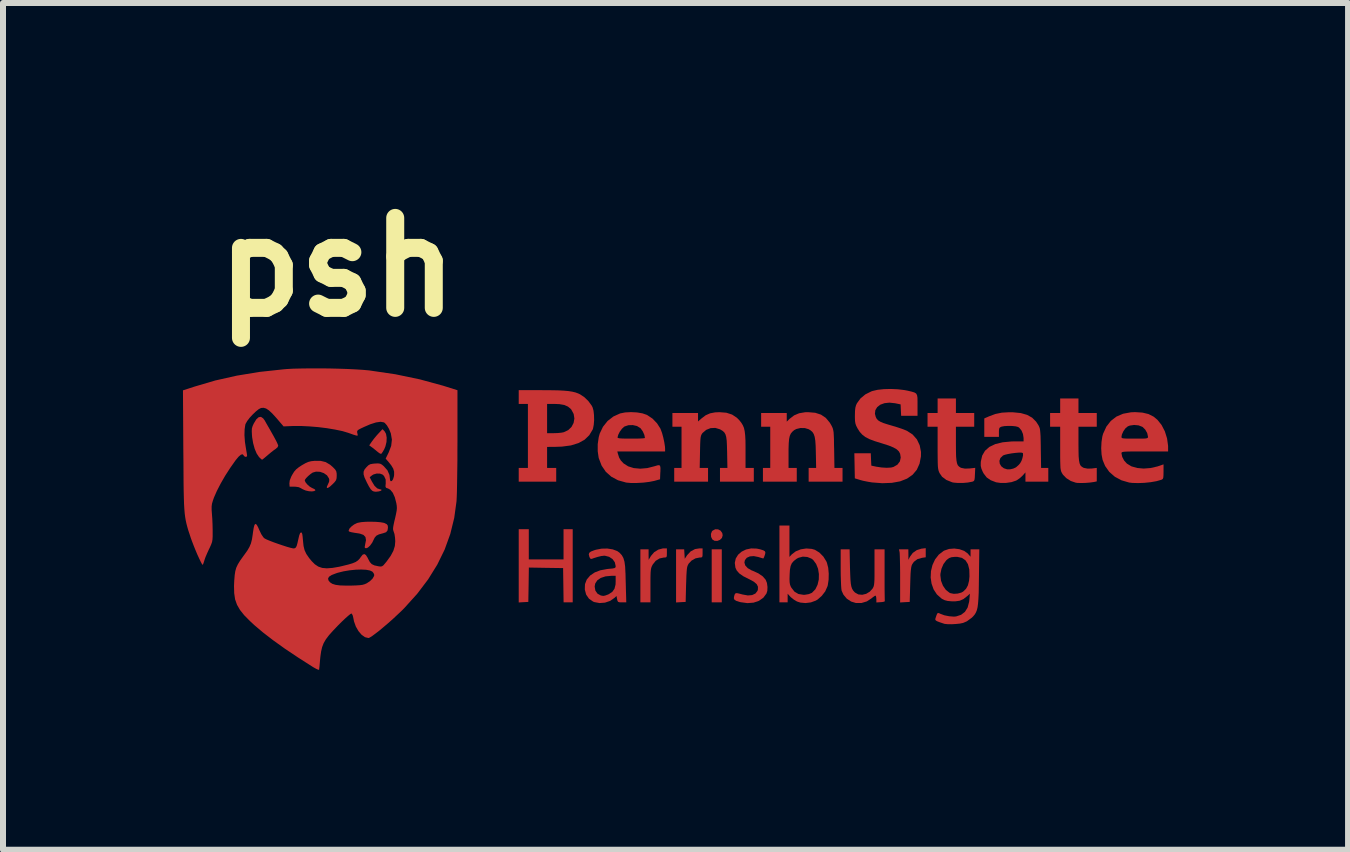
<source format=kicad_pcb>
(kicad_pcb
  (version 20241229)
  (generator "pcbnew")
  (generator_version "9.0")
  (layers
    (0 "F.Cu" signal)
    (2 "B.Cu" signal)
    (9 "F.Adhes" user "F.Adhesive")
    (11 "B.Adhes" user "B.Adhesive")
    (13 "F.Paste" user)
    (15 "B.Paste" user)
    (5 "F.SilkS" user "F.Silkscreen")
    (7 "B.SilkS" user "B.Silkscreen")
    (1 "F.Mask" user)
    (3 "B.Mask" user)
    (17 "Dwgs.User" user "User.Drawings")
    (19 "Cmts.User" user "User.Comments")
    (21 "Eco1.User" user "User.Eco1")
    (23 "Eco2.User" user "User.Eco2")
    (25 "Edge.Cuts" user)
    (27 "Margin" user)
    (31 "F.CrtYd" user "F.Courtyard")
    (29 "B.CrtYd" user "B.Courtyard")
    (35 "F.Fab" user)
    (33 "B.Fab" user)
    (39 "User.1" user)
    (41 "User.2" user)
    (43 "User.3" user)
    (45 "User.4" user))
  (footprint "psh"
    (layer "F.Cu")
    (at 8.174 5.604)
    (property "Reference" "psh" (at -5.6 -4.2 0) (layer "F.SilkS") (effects (font (size 1.5 1.5) (thickness 0.3))))
    (attr board_only exclude_from_pos_files exclude_from_bom)
    (fp_poly (pts (xy 0.808 0.945) (xy 0.808 1.387) (xy 0.724 1.387) (xy 0.64 1.387) (xy 0.64 0.945) (xy 0.64 0.503) (xy 0.724 0.503) (xy 0.808 0.503)) (stroke (width 0) (type solid)) (fill yes) (layers "F.Cu" "F.Mask"))
    (fp_poly (pts (xy 0.746 0.17) (xy 0.788 0.192) (xy 0.816 0.232) (xy 0.823 0.27) (xy 0.81 0.314) (xy 0.777 0.346) (xy 0.733 0.363) (xy 0.687 0.361) (xy 0.65 0.338) (xy 0.63 0.296) (xy 0.627 0.247) (xy 0.644 0.203) (xy 0.653 0.193) (xy 0.698 0.169)) (stroke (width 0) (type solid)) (fill yes) (layers "F.Cu" "F.Mask"))
    (fp_poly (pts (xy -4.814 -1.466) (xy -4.789 -1.422) (xy -4.778 -1.359) (xy -4.781 -1.287) (xy -4.799 -1.213) (xy -4.818 -1.167) (xy -4.842 -1.125) (xy -4.862 -1.096) (xy -4.871 -1.088) (xy -4.891 -1.094) (xy -4.922 -1.116) (xy -4.933 -1.125) (xy -4.977 -1.161) (xy -5.02 -1.195) (xy -5.025 -1.198) (xy -5.069 -1.23) (xy -5.025 -1.294) (xy -4.989 -1.342) (xy -4.944 -1.396) (xy -4.914 -1.429) (xy -4.848 -1.5)) (stroke (width 0) (type solid)) (fill yes) (layers "F.Cu" "F.Mask"))
    (fp_poly (pts (xy -2.409 0.419) (xy -2.409 0.671) (xy -2.119 0.671) (xy -1.83 0.671) (xy -1.83 0.419) (xy -1.83 0.168) (xy -1.753 0.168) (xy -1.677 0.168) (xy -1.677 0.778) (xy -1.677 1.387) (xy -1.753 1.387) (xy -1.829 1.387) (xy -1.833 1.102) (xy -1.837 0.816) (xy -2.123 0.812) (xy -2.408 0.807) (xy -2.412 1.094) (xy -2.417 1.38) (xy -2.497 1.384) (xy -2.577 1.389) (xy -2.577 0.778) (xy -2.577 0.168) (xy -2.493 0.168) (xy -2.409 0.168)) (stroke (width 0) (type solid)) (fill yes) (layers "F.Cu" "F.Mask"))
    (fp_poly (pts (xy 0.488 0.564) (xy 0.487 0.609) (xy 0.481 0.632) (xy 0.464 0.639) (xy 0.438 0.64) (xy 0.369 0.654) (xy 0.304 0.691) (xy 0.255 0.743) (xy 0.252 0.749) (xy 0.241 0.77) (xy 0.232 0.796) (xy 0.226 0.831) (xy 0.222 0.881) (xy 0.218 0.948) (xy 0.215 1.04) (xy 0.213 1.09) (xy 0.206 1.38) (xy 0.126 1.384) (xy 0.046 1.389) (xy 0.046 0.946) (xy 0.046 0.503) (xy 0.114 0.503) (xy 0.181 0.503) (xy 0.186 0.582) (xy 0.191 0.661) (xy 0.231 0.6) (xy 0.289 0.538) (xy 0.362 0.499) (xy 0.433 0.488) (xy 0.488 0.488)) (stroke (width 0) (type solid)) (fill yes) (layers "F.Cu" "F.Mask"))
    (fp_poly (pts (xy -0.107 0.564) (xy -0.108 0.609) (xy -0.114 0.632) (xy -0.13 0.639) (xy -0.157 0.64) (xy -0.229 0.655) (xy -0.294 0.695) (xy -0.343 0.757) (xy -0.346 0.762) (xy -0.359 0.788) (xy -0.368 0.813) (xy -0.374 0.844) (xy -0.378 0.885) (xy -0.38 0.942) (xy -0.381 1.02) (xy -0.381 1.108) (xy -0.381 1.387) (xy -0.465 1.387) (xy -0.549 1.387) (xy -0.549 0.945) (xy -0.549 0.503) (xy -0.48 0.503) (xy -0.412 0.503) (xy -0.412 0.591) (xy -0.411 0.678) (xy -0.372 0.613) (xy -0.319 0.551) (xy -0.25 0.508) (xy -0.174 0.488) (xy -0.161 0.488) (xy -0.107 0.488)) (stroke (width 0) (type solid)) (fill yes) (layers "F.Cu" "F.Mask"))
    (fp_poly (pts (xy 4.208 0.56) (xy 4.208 0.636) (xy 4.146 0.645) (xy 4.069 0.667) (xy 4.011 0.711) (xy 3.983 0.751) (xy 3.973 0.774) (xy 3.966 0.805) (xy 3.96 0.848) (xy 3.955 0.909) (xy 3.952 0.991) (xy 3.949 1.09) (xy 3.941 1.38) (xy 3.861 1.384) (xy 3.781 1.389) (xy 3.781 0.994) (xy 3.781 0.884) (xy 3.78 0.783) (xy 3.778 0.694) (xy 3.776 0.622) (xy 3.774 0.572) (xy 3.772 0.551) (xy 3.762 0.503) (xy 3.84 0.503) (xy 3.918 0.503) (xy 3.919 0.591) (xy 3.919 0.678) (xy 3.944 0.628) (xy 3.992 0.563) (xy 4.059 0.516) (xy 4.137 0.492) (xy 4.139 0.492) (xy 4.208 0.484)) (stroke (width 0) (type solid)) (fill yes) (layers "F.Cu" "F.Mask"))
    (fp_poly (pts (xy -6.837 -1.68) (xy -6.81 -1.643) (xy -6.788 -1.603) (xy -6.755 -1.546) (xy -6.716 -1.478) (xy -6.68 -1.414) (xy -6.644 -1.349) (xy -6.614 -1.292) (xy -6.594 -1.248) (xy -6.586 -1.224) (xy -6.586 -1.223) (xy -6.598 -1.197) (xy -6.628 -1.171) (xy -6.628 -1.171) (xy -6.66 -1.149) (xy -6.706 -1.113) (xy -6.755 -1.072) (xy -6.759 -1.069) (xy -6.802 -1.032) (xy -6.836 -1.004) (xy -6.854 -0.991) (xy -6.856 -0.991) (xy -6.87 -1.001) (xy -6.897 -1.026) (xy -6.908 -1.038) (xy -6.945 -1.093) (xy -6.978 -1.171) (xy -7.004 -1.265) (xy -7.021 -1.366) (xy -7.024 -1.403) (xy -7.027 -1.466) (xy -7.025 -1.511) (xy -7.014 -1.549) (xy -6.994 -1.594) (xy -6.992 -1.597) (xy -6.952 -1.663) (xy -6.912 -1.699) (xy -6.874 -1.705)) (stroke (width 0) (type solid)) (fill yes) (layers "F.Cu" "F.Mask"))
    (fp_poly (pts (xy -4.959 0.045) (xy -4.886 0.051) (xy -4.829 0.061) (xy -4.813 0.066) (xy -4.776 0.085) (xy -4.76 0.108) (xy -4.757 0.142) (xy -4.764 0.189) (xy -4.788 0.218) (xy -4.837 0.235) (xy -4.841 0.236) (xy -4.907 0.254) (xy -4.95 0.276) (xy -4.977 0.307) (xy -4.991 0.334) (xy -5.02 0.393) (xy -5.055 0.441) (xy -5.091 0.474) (xy -5.122 0.486) (xy -5.142 0.479) (xy -5.144 0.46) (xy -5.137 0.425) (xy -5.137 0.422) (xy -5.123 0.35) (xy -5.132 0.298) (xy -5.165 0.263) (xy -5.223 0.242) (xy -5.245 0.238) (xy -5.318 0.227) (xy -5.366 0.218) (xy -5.395 0.21) (xy -5.408 0.203) (xy -5.412 0.193) (xy -5.412 0.191) (xy -5.4 0.159) (xy -5.366 0.123) (xy -5.321 0.089) (xy -5.272 0.065) (xy -5.259 0.061) (xy -5.201 0.05) (xy -5.126 0.044) (xy -5.043 0.043)) (stroke (width 0) (type solid)) (fill yes) (layers "F.Cu" "F.Mask"))
    (fp_poly (pts (xy 6.754 -1.891) (xy 6.754 -1.769) (xy 6.906 -1.769) (xy 7.059 -1.769) (xy 7.059 -1.654) (xy 7.059 -1.54) (xy 6.906 -1.54) (xy 6.754 -1.54) (xy 6.754 -1.249) (xy 6.755 -1.134) (xy 6.757 -1.046) (xy 6.763 -0.98) (xy 6.772 -0.932) (xy 6.785 -0.899) (xy 6.805 -0.877) (xy 6.831 -0.86) (xy 6.845 -0.854) (xy 6.906 -0.842) (xy 6.976 -0.844) (xy 7.059 -0.854) (xy 7.059 -0.741) (xy 7.059 -0.629) (xy 7.011 -0.619) (xy 6.946 -0.61) (xy 6.871 -0.604) (xy 6.797 -0.602) (xy 6.735 -0.604) (xy 6.708 -0.608) (xy 6.626 -0.636) (xy 6.552 -0.683) (xy 6.496 -0.74) (xy 6.486 -0.756) (xy 6.474 -0.777) (xy 6.465 -0.797) (xy 6.459 -0.821) (xy 6.454 -0.853) (xy 6.452 -0.898) (xy 6.45 -0.96) (xy 6.449 -1.042) (xy 6.449 -1.15) (xy 6.449 -1.179) (xy 6.449 -1.54) (xy 6.365 -1.54) (xy 6.281 -1.54) (xy 6.281 -1.654) (xy 6.281 -1.769) (xy 6.365 -1.769) (xy 6.449 -1.769) (xy 6.449 -1.891) (xy 6.449 -2.012) (xy 6.602 -2.012) (xy 6.754 -2.012)) (stroke (width 0) (type solid)) (fill yes) (layers "F.Cu" "F.Mask"))
    (fp_poly (pts (xy 4.711 -1.891) (xy 4.711 -1.769) (xy 4.864 -1.769) (xy 5.016 -1.769) (xy 5.016 -1.654) (xy 5.016 -1.54) (xy 4.864 -1.54) (xy 4.711 -1.54) (xy 4.711 -1.249) (xy 4.712 -1.134) (xy 4.714 -1.046) (xy 4.72 -0.98) (xy 4.729 -0.932) (xy 4.742 -0.899) (xy 4.762 -0.877) (xy 4.787 -0.86) (xy 4.802 -0.854) (xy 4.863 -0.842) (xy 4.941 -0.845) (xy 5.033 -0.855) (xy 5.028 -0.745) (xy 5.025 -0.688) (xy 5.02 -0.654) (xy 5.01 -0.636) (xy 4.993 -0.627) (xy 4.978 -0.623) (xy 4.908 -0.61) (xy 4.826 -0.603) (xy 4.744 -0.603) (xy 4.674 -0.609) (xy 4.649 -0.614) (xy 4.552 -0.653) (xy 4.48 -0.707) (xy 4.438 -0.768) (xy 4.428 -0.791) (xy 4.42 -0.815) (xy 4.414 -0.846) (xy 4.41 -0.886) (xy 4.408 -0.941) (xy 4.407 -1.016) (xy 4.406 -1.114) (xy 4.406 -1.186) (xy 4.406 -1.54) (xy 4.322 -1.54) (xy 4.238 -1.54) (xy 4.238 -1.654) (xy 4.238 -1.769) (xy 4.322 -1.769) (xy 4.406 -1.769) (xy 4.406 -1.891) (xy 4.406 -2.012) (xy 4.559 -2.012) (xy 4.711 -2.012)) (stroke (width 0) (type solid)) (fill yes) (layers "F.Cu" "F.Mask"))
    (fp_poly (pts (xy 2.945 0.804) (xy 2.949 0.919) (xy 2.953 1.007) (xy 2.959 1.074) (xy 2.968 1.124) (xy 2.981 1.161) (xy 2.998 1.19) (xy 3.021 1.216) (xy 3.031 1.225) (xy 3.085 1.255) (xy 3.149 1.261) (xy 3.215 1.245) (xy 3.275 1.209) (xy 3.32 1.16) (xy 3.331 1.141) (xy 3.34 1.121) (xy 3.346 1.095) (xy 3.35 1.06) (xy 3.353 1.009) (xy 3.354 0.939) (xy 3.354 0.844) (xy 3.354 0.806) (xy 3.354 0.503) (xy 3.438 0.503) (xy 3.522 0.503) (xy 3.522 0.93) (xy 3.522 1.041) (xy 3.522 1.143) (xy 3.523 1.23) (xy 3.524 1.299) (xy 3.525 1.346) (xy 3.526 1.368) (xy 3.526 1.368) (xy 3.514 1.376) (xy 3.481 1.382) (xy 3.457 1.384) (xy 3.385 1.389) (xy 3.385 1.337) (xy 3.382 1.3) (xy 3.375 1.277) (xy 3.375 1.276) (xy 3.359 1.279) (xy 3.329 1.3) (xy 3.307 1.318) (xy 3.227 1.371) (xy 3.137 1.398) (xy 3.044 1.398) (xy 2.965 1.374) (xy 2.892 1.326) (xy 2.836 1.259) (xy 2.806 1.193) (xy 2.801 1.16) (xy 2.797 1.103) (xy 2.794 1.026) (xy 2.791 0.936) (xy 2.79 0.838) (xy 2.79 0.819) (xy 2.79 0.503) (xy 2.864 0.503) (xy 2.939 0.503)) (stroke (width 0) (type solid)) (fill yes) (layers "F.Cu" "F.Mask"))
    (fp_poly (pts (xy -5.877 -0.971) (xy -5.795 -0.951) (xy -5.721 -0.907) (xy -5.675 -0.867) (xy -5.638 -0.829) (xy -5.619 -0.798) (xy -5.612 -0.763) (xy -5.611 -0.728) (xy -5.613 -0.683) (xy -5.622 -0.65) (xy -5.645 -0.618) (xy -5.677 -0.585) (xy -5.724 -0.542) (xy -5.758 -0.52) (xy -5.775 -0.52) (xy -5.775 -0.54) (xy -5.758 -0.578) (xy -5.738 -0.623) (xy -5.735 -0.657) (xy -5.741 -0.68) (xy -5.773 -0.73) (xy -5.826 -0.767) (xy -5.889 -0.789) (xy -5.956 -0.792) (xy -6.012 -0.776) (xy -6.047 -0.752) (xy -6.086 -0.719) (xy -6.12 -0.685) (xy -6.141 -0.656) (xy -6.144 -0.646) (xy -6.132 -0.616) (xy -6.102 -0.579) (xy -6.062 -0.543) (xy -6.02 -0.518) (xy -6.014 -0.516) (xy -5.981 -0.5) (xy -5.966 -0.484) (xy -5.966 -0.481) (xy -5.985 -0.468) (xy -6.024 -0.462) (xy -6.073 -0.465) (xy -6.123 -0.476) (xy -6.133 -0.479) (xy -6.177 -0.498) (xy -6.211 -0.517) (xy -6.216 -0.52) (xy -6.245 -0.533) (xy -6.292 -0.54) (xy -6.318 -0.541) (xy -6.396 -0.541) (xy -6.4 -0.595) (xy -6.394 -0.645) (xy -6.37 -0.707) (xy -6.353 -0.739) (xy -6.321 -0.791) (xy -6.287 -0.83) (xy -6.242 -0.866) (xy -6.193 -0.898) (xy -6.132 -0.933) (xy -6.084 -0.954) (xy -6.036 -0.966) (xy -5.977 -0.972)) (stroke (width 0) (type solid)) (fill yes) (layers "F.Cu" "F.Mask"))
    (fp_poly (pts (xy -2.044 -2.149) (xy -1.924 -2.147) (xy -1.827 -2.142) (xy -1.749 -2.135) (xy -1.685 -2.125) (xy -1.631 -2.112) (xy -1.585 -2.095) (xy -1.555 -2.081) (xy -1.483 -2.033) (xy -1.416 -1.968) (xy -1.362 -1.895) (xy -1.345 -1.862) (xy -1.33 -1.807) (xy -1.322 -1.734) (xy -1.32 -1.652) (xy -1.326 -1.574) (xy -1.338 -1.511) (xy -1.345 -1.492) (xy -1.401 -1.399) (xy -1.479 -1.324) (xy -1.581 -1.268) (xy -1.706 -1.229) (xy -1.856 -1.209) (xy -1.971 -1.205) (xy -2.104 -1.204) (xy -2.104 -1.029) (xy -2.104 -0.854) (xy -2.028 -0.854) (xy -1.952 -0.854) (xy -1.952 -0.739) (xy -1.952 -0.625) (xy -2.264 -0.625) (xy -2.577 -0.625) (xy -2.577 -0.739) (xy -2.577 -0.854) (xy -2.5 -0.854) (xy -2.424 -0.854) (xy -2.424 -1.387) (xy -2.424 -1.677) (xy -2.104 -1.677) (xy -2.104 -1.433) (xy -1.993 -1.433) (xy -1.929 -1.435) (xy -1.868 -1.441) (xy -1.826 -1.449) (xy -1.752 -1.484) (xy -1.697 -1.537) (xy -1.662 -1.604) (xy -1.649 -1.678) (xy -1.661 -1.753) (xy -1.699 -1.824) (xy -1.708 -1.836) (xy -1.756 -1.876) (xy -1.817 -1.903) (xy -1.898 -1.917) (xy -1.988 -1.921) (xy -2.104 -1.921) (xy -2.104 -1.677) (xy -2.424 -1.677) (xy -2.424 -1.921) (xy -2.5 -1.921) (xy -2.577 -1.921) (xy -2.577 -2.035) (xy -2.577 -2.15) (xy -2.191 -2.15)) (stroke (width 0) (type solid)) (fill yes) (layers "F.Cu" "F.Mask"))
    (fp_poly (pts (xy 1.391 0.491) (xy 1.448 0.503) (xy 1.501 0.52) (xy 1.528 0.537) (xy 1.535 0.56) (xy 1.527 0.596) (xy 1.525 0.6) (xy 1.512 0.636) (xy 1.501 0.655) (xy 1.5 0.656) (xy 1.482 0.651) (xy 1.445 0.64) (xy 1.417 0.631) (xy 1.341 0.616) (xy 1.276 0.621) (xy 1.225 0.644) (xy 1.194 0.683) (xy 1.185 0.724) (xy 1.2 0.773) (xy 1.242 0.818) (xy 1.307 0.855) (xy 1.324 0.861) (xy 1.418 0.904) (xy 1.492 0.955) (xy 1.54 1.011) (xy 1.561 1.064) (xy 1.57 1.131) (xy 1.567 1.196) (xy 1.553 1.24) (xy 1.501 1.31) (xy 1.427 1.362) (xy 1.338 1.392) (xy 1.236 1.4) (xy 1.125 1.385) (xy 1.108 1.381) (xy 1.051 1.363) (xy 1.02 1.344) (xy 1.009 1.318) (xy 1.015 1.281) (xy 1.016 1.278) (xy 1.025 1.251) (xy 1.037 1.237) (xy 1.059 1.233) (xy 1.097 1.241) (xy 1.157 1.257) (xy 1.159 1.257) (xy 1.243 1.272) (xy 1.314 1.266) (xy 1.369 1.24) (xy 1.403 1.196) (xy 1.41 1.174) (xy 1.411 1.126) (xy 1.39 1.084) (xy 1.344 1.044) (xy 1.271 1.004) (xy 1.26 0.999) (xy 1.167 0.952) (xy 1.1 0.905) (xy 1.057 0.856) (xy 1.035 0.808) (xy 1.025 0.729) (xy 1.041 0.656) (xy 1.08 0.593) (xy 1.139 0.542) (xy 1.212 0.506) (xy 1.298 0.488)) (stroke (width 0) (type solid)) (fill yes) (layers "F.Cu" "F.Mask"))
    (fp_poly (pts (xy 2.366 -1.773) (xy 2.462 -1.742) (xy 2.542 -1.688) (xy 2.608 -1.609) (xy 2.635 -1.563) (xy 2.649 -1.536) (xy 2.659 -1.511) (xy 2.666 -1.483) (xy 2.672 -1.448) (xy 2.675 -1.399) (xy 2.678 -1.333) (xy 2.679 -1.244) (xy 2.681 -1.17) (xy 2.686 -0.854) (xy 2.753 -0.854) (xy 2.821 -0.854) (xy 2.821 -0.739) (xy 2.821 -0.625) (xy 2.538 -0.625) (xy 2.256 -0.625) (xy 2.256 -0.739) (xy 2.256 -0.854) (xy 2.319 -0.854) (xy 2.381 -0.854) (xy 2.376 -1.109) (xy 2.373 -1.221) (xy 2.367 -1.307) (xy 2.357 -1.371) (xy 2.341 -1.418) (xy 2.319 -1.453) (xy 2.289 -1.479) (xy 2.256 -1.499) (xy 2.193 -1.518) (xy 2.12 -1.519) (xy 2.052 -1.503) (xy 2.015 -1.484) (xy 1.983 -1.456) (xy 1.958 -1.425) (xy 1.941 -1.386) (xy 1.93 -1.334) (xy 1.924 -1.263) (xy 1.921 -1.17) (xy 1.921 -1.102) (xy 1.921 -0.854) (xy 1.99 -0.854) (xy 2.058 -0.854) (xy 2.058 -0.739) (xy 2.058 -0.625) (xy 1.776 -0.625) (xy 1.494 -0.625) (xy 1.494 -0.739) (xy 1.494 -0.854) (xy 1.555 -0.854) (xy 1.616 -0.854) (xy 1.616 -1.197) (xy 1.616 -1.54) (xy 1.54 -1.54) (xy 1.464 -1.54) (xy 1.464 -1.654) (xy 1.464 -1.769) (xy 1.677 -1.769) (xy 1.891 -1.769) (xy 1.891 -1.697) (xy 1.891 -1.625) (xy 1.94 -1.673) (xy 2.014 -1.73) (xy 2.097 -1.765) (xy 2.198 -1.782) (xy 2.249 -1.783)) (stroke (width 0) (type solid)) (fill yes) (layers "F.Cu" "F.Mask"))
    (fp_poly (pts (xy 0.884 -1.774) (xy 0.98 -1.743) (xy 1.06 -1.69) (xy 1.102 -1.647) (xy 1.134 -1.606) (xy 1.159 -1.565) (xy 1.178 -1.52) (xy 1.19 -1.465) (xy 1.198 -1.397) (xy 1.203 -1.31) (xy 1.204 -1.199) (xy 1.204 -1.148) (xy 1.204 -0.854) (xy 1.273 -0.854) (xy 1.342 -0.854) (xy 1.342 -0.739) (xy 1.342 -0.625) (xy 1.06 -0.625) (xy 0.778 -0.625) (xy 0.778 -0.739) (xy 0.778 -0.854) (xy 0.84 -0.854) (xy 0.902 -0.854) (xy 0.897 -1.12) (xy 0.894 -1.227) (xy 0.89 -1.309) (xy 0.882 -1.37) (xy 0.869 -1.414) (xy 0.85 -1.446) (xy 0.824 -1.47) (xy 0.788 -1.492) (xy 0.776 -1.498) (xy 0.7 -1.521) (xy 0.621 -1.517) (xy 0.548 -1.488) (xy 0.487 -1.436) (xy 0.481 -1.428) (xy 0.47 -1.41) (xy 0.461 -1.388) (xy 0.455 -1.358) (xy 0.451 -1.314) (xy 0.448 -1.251) (xy 0.446 -1.165) (xy 0.445 -1.12) (xy 0.44 -0.854) (xy 0.509 -0.854) (xy 0.579 -0.854) (xy 0.579 -0.739) (xy 0.579 -0.625) (xy 0.297 -0.625) (xy 0.015 -0.625) (xy 0.015 -0.739) (xy 0.015 -0.854) (xy 0.076 -0.854) (xy 0.137 -0.854) (xy 0.137 -1.197) (xy 0.137 -1.54) (xy 0.061 -1.54) (xy -0.015 -1.54) (xy -0.015 -1.654) (xy -0.015 -1.769) (xy 0.198 -1.769) (xy 0.412 -1.769) (xy 0.412 -1.698) (xy 0.412 -1.628) (xy 0.468 -1.677) (xy 0.539 -1.731) (xy 0.613 -1.764) (xy 0.698 -1.78) (xy 0.77 -1.783)) (stroke (width 0) (type solid)) (fill yes) (layers "F.Cu" "F.Mask"))
    (fp_poly (pts (xy 1.936 0.368) (xy 1.936 0.63) (xy 1.974 0.588) (xy 2.041 0.537) (xy 2.125 0.503) (xy 2.217 0.489) (xy 2.308 0.496) (xy 2.36 0.511) (xy 2.435 0.557) (xy 2.502 0.625) (xy 2.552 0.706) (xy 2.561 0.728) (xy 2.582 0.81) (xy 2.591 0.908) (xy 2.589 1.009) (xy 2.575 1.102) (xy 2.569 1.122) (xy 2.532 1.205) (xy 2.473 1.281) (xy 2.403 1.342) (xy 2.373 1.359) (xy 2.293 1.388) (xy 2.204 1.399) (xy 2.118 1.391) (xy 2.062 1.373) (xy 2.01 1.342) (xy 1.961 1.303) (xy 1.951 1.293) (xy 1.906 1.243) (xy 1.906 1.315) (xy 1.906 1.387) (xy 1.837 1.387) (xy 1.769 1.387) (xy 1.769 1.002) (xy 1.937 1.002) (xy 1.939 1.052) (xy 1.945 1.089) (xy 1.956 1.12) (xy 1.969 1.144) (xy 2.02 1.209) (xy 2.086 1.248) (xy 2.167 1.261) (xy 2.192 1.261) (xy 2.258 1.25) (xy 2.309 1.229) (xy 2.314 1.225) (xy 2.369 1.168) (xy 2.405 1.093) (xy 2.425 1.007) (xy 2.427 0.916) (xy 2.413 0.827) (xy 2.381 0.747) (xy 2.333 0.682) (xy 2.304 0.659) (xy 2.235 0.631) (xy 2.159 0.625) (xy 2.087 0.644) (xy 2.058 0.659) (xy 2.009 0.697) (xy 1.976 0.735) (xy 1.956 0.781) (xy 1.944 0.843) (xy 1.939 0.928) (xy 1.939 0.93) (xy 1.937 1.002) (xy 1.769 1.002) (xy 1.769 0.747) (xy 1.769 0.107) (xy 1.852 0.107) (xy 1.936 0.107)) (stroke (width 0) (type solid)) (fill yes) (layers "F.Cu" "F.Mask"))
    (fp_poly (pts (xy -1.01 0.504) (xy -0.935 0.532) (xy -0.897 0.559) (xy -0.859 0.6) (xy -0.832 0.648) (xy -0.814 0.71) (xy -0.803 0.79) (xy -0.798 0.895) (xy -0.797 0.9) (xy -0.795 0.992) (xy -0.792 1.091) (xy -0.79 1.183) (xy -0.788 1.239) (xy -0.784 1.387) (xy -0.855 1.387) (xy -0.899 1.386) (xy -0.921 1.378) (xy -0.932 1.357) (xy -0.937 1.334) (xy -0.947 1.281) (xy -0.98 1.312) (xy -1.053 1.363) (xy -1.139 1.392) (xy -1.23 1.399) (xy -1.315 1.383) (xy -1.336 1.375) (xy -1.406 1.326) (xy -1.453 1.258) (xy -1.475 1.174) (xy -1.475 1.174) (xy -1.474 1.124) (xy -1.311 1.124) (xy -1.299 1.192) (xy -1.263 1.243) (xy -1.208 1.273) (xy -1.167 1.28) (xy -1.136 1.274) (xy -1.092 1.258) (xy -1.076 1.251) (xy -1.017 1.212) (xy -0.981 1.161) (xy -0.963 1.091) (xy -0.961 1.038) (xy -0.961 0.945) (xy -1.033 0.945) (xy -1.13 0.954) (xy -1.209 0.98) (xy -1.268 1.021) (xy -1.302 1.074) (xy -1.311 1.124) (xy -1.474 1.124) (xy -1.472 1.083) (xy -1.443 1.007) (xy -1.387 0.941) (xy -1.385 0.939) (xy -1.309 0.888) (xy -1.218 0.853) (xy -1.105 0.832) (xy -1.071 0.828) (xy -1.014 0.823) (xy -0.981 0.816) (xy -0.965 0.806) (xy -0.961 0.79) (xy -0.961 0.782) (xy -0.975 0.719) (xy -1.013 0.666) (xy -1.07 0.628) (xy -1.14 0.61) (xy -1.156 0.61) (xy -1.201 0.615) (xy -1.262 0.63) (xy -1.326 0.65) (xy -1.359 0.662) (xy -1.379 0.662) (xy -1.396 0.637) (xy -1.401 0.622) (xy -1.409 0.587) (xy -1.401 0.561) (xy -1.373 0.54) (xy -1.322 0.52) (xy -1.29 0.51) (xy -1.196 0.492) (xy -1.1 0.49)) (stroke (width 0) (type solid)) (fill yes) (layers "F.Cu" "F.Mask"))
    (fp_poly (pts (xy -0.606 -1.779) (xy -0.513 -1.763) (xy -0.438 -1.737) (xy -0.434 -1.734) (xy -0.347 -1.676) (xy -0.271 -1.597) (xy -0.215 -1.509) (xy -0.211 -1.499) (xy -0.188 -1.437) (xy -0.167 -1.36) (xy -0.15 -1.28) (xy -0.139 -1.209) (xy -0.137 -1.178) (xy -0.137 -1.128) (xy -0.535 -1.128) (xy -0.933 -1.128) (xy -0.924 -1.091) (xy -0.903 -1.026) (xy -0.875 -0.978) (xy -0.831 -0.931) (xy -0.826 -0.927) (xy -0.752 -0.88) (xy -0.659 -0.851) (xy -0.551 -0.841) (xy -0.434 -0.851) (xy -0.313 -0.882) (xy -0.309 -0.883) (xy -0.263 -0.897) (xy -0.235 -0.9) (xy -0.22 -0.887) (xy -0.214 -0.854) (xy -0.215 -0.796) (xy -0.217 -0.769) (xy -0.221 -0.664) (xy -0.319 -0.637) (xy -0.401 -0.621) (xy -0.498 -0.609) (xy -0.602 -0.603) (xy -0.699 -0.602) (xy -0.78 -0.609) (xy -0.791 -0.611) (xy -0.922 -0.648) (xy -1.034 -0.708) (xy -1.125 -0.789) (xy -1.195 -0.892) (xy -1.242 -1.015) (xy -1.244 -1.021) (xy -1.26 -1.131) (xy -1.26 -1.25) (xy -1.244 -1.361) (xy -0.93 -1.361) (xy -0.922 -1.353) (xy -0.897 -1.347) (xy -0.85 -1.344) (xy -0.779 -1.342) (xy -0.701 -1.342) (xy -0.622 -1.342) (xy -0.554 -1.344) (xy -0.504 -1.347) (xy -0.476 -1.351) (xy -0.473 -1.353) (xy -0.483 -1.405) (xy -0.509 -1.463) (xy -0.543 -1.511) (xy -0.549 -1.517) (xy -0.605 -1.552) (xy -0.675 -1.568) (xy -0.749 -1.566) (xy -0.814 -1.544) (xy -0.82 -1.54) (xy -0.856 -1.507) (xy -0.892 -1.458) (xy -0.918 -1.406) (xy -0.93 -1.362) (xy -0.93 -1.361) (xy -1.244 -1.361) (xy -1.243 -1.367) (xy -1.227 -1.426) (xy -1.173 -1.539) (xy -1.096 -1.636) (xy -0.999 -1.711) (xy -0.887 -1.762) (xy -0.887 -1.762) (xy -0.803 -1.779) (xy -0.706 -1.784)) (stroke (width 0) (type solid)) (fill yes) (layers "F.Cu" "F.Mask"))
    (fp_poly (pts (xy 7.82 -1.776) (xy 7.921 -1.752) (xy 8.006 -1.709) (xy 8.07 -1.656) (xy 8.139 -1.57) (xy 8.194 -1.464) (xy 8.231 -1.345) (xy 8.248 -1.222) (xy 8.248 -1.196) (xy 8.248 -1.128) (xy 7.859 -1.128) (xy 7.741 -1.128) (xy 7.649 -1.128) (xy 7.581 -1.127) (xy 7.533 -1.125) (xy 7.501 -1.122) (xy 7.483 -1.117) (xy 7.474 -1.111) (xy 7.471 -1.103) (xy 7.471 -1.097) (xy 7.483 -1.038) (xy 7.515 -0.977) (xy 7.561 -0.926) (xy 7.637 -0.88) (xy 7.732 -0.853) (xy 7.84 -0.843) (xy 7.956 -0.852) (xy 8.073 -0.879) (xy 8.087 -0.884) (xy 8.172 -0.913) (xy 8.172 -0.792) (xy 8.171 -0.731) (xy 8.168 -0.694) (xy 8.161 -0.673) (xy 8.147 -0.661) (xy 8.132 -0.655) (xy 8.055 -0.633) (xy 7.958 -0.616) (xy 7.852 -0.605) (xy 7.746 -0.601) (xy 7.65 -0.604) (xy 7.599 -0.61) (xy 7.472 -0.647) (xy 7.361 -0.706) (xy 7.268 -0.787) (xy 7.198 -0.886) (xy 7.156 -0.988) (xy 7.139 -1.077) (xy 7.133 -1.181) (xy 7.138 -1.286) (xy 7.151 -1.373) (xy 7.471 -1.373) (xy 7.472 -1.361) (xy 7.479 -1.352) (xy 7.497 -1.347) (xy 7.53 -1.344) (xy 7.583 -1.342) (xy 7.66 -1.342) (xy 7.692 -1.342) (xy 7.778 -1.342) (xy 7.838 -1.343) (xy 7.877 -1.345) (xy 7.899 -1.35) (xy 7.91 -1.357) (xy 7.913 -1.368) (xy 7.913 -1.373) (xy 7.9 -1.434) (xy 7.867 -1.493) (xy 7.822 -1.537) (xy 7.818 -1.539) (xy 7.756 -1.563) (xy 7.682 -1.57) (xy 7.611 -1.56) (xy 7.577 -1.547) (xy 7.538 -1.515) (xy 7.503 -1.466) (xy 7.478 -1.411) (xy 7.471 -1.373) (xy 7.151 -1.373) (xy 7.153 -1.382) (xy 7.164 -1.422) (xy 7.219 -1.542) (xy 7.293 -1.637) (xy 7.386 -1.709) (xy 7.498 -1.757) (xy 7.628 -1.781) (xy 7.699 -1.784)) (stroke (width 0) (type solid)) (fill yes) (layers "F.Cu" "F.Mask"))
    (fp_poly (pts (xy 3.741 -2.165) (xy 3.85 -2.152) (xy 3.903 -2.142) (xy 3.971 -2.126) (xy 4.018 -2.112) (xy 4.047 -2.095) (xy 4.063 -2.067) (xy 4.07 -2.025) (xy 4.071 -1.961) (xy 4.071 -1.905) (xy 4.071 -1.723) (xy 3.934 -1.723) (xy 3.798 -1.723) (xy 3.793 -1.818) (xy 3.789 -1.913) (xy 3.697 -1.932) (xy 3.603 -1.942) (xy 3.52 -1.933) (xy 3.451 -1.908) (xy 3.399 -1.868) (xy 3.368 -1.817) (xy 3.361 -1.756) (xy 3.375 -1.703) (xy 3.391 -1.672) (xy 3.414 -1.647) (xy 3.449 -1.625) (xy 3.499 -1.603) (xy 3.571 -1.58) (xy 3.652 -1.556) (xy 3.729 -1.533) (xy 3.804 -1.508) (xy 3.867 -1.484) (xy 3.897 -1.471) (xy 3.99 -1.41) (xy 4.061 -1.329) (xy 4.107 -1.232) (xy 4.129 -1.121) (xy 4.128 -1.045) (xy 4.105 -0.925) (xy 4.059 -0.823) (xy 3.989 -0.74) (xy 3.896 -0.675) (xy 3.781 -0.63) (xy 3.643 -0.605) (xy 3.485 -0.599) (xy 3.312 -0.612) (xy 3.241 -0.624) (xy 3.166 -0.639) (xy 3.114 -0.653) (xy 3.026 -0.68) (xy 3.022 -0.889) (xy 3.018 -1.098) (xy 3.155 -1.098) (xy 3.292 -1.098) (xy 3.296 -0.995) (xy 3.301 -0.892) (xy 3.385 -0.874) (xy 3.473 -0.861) (xy 3.558 -0.856) (xy 3.63 -0.86) (xy 3.67 -0.87) (xy 3.736 -0.908) (xy 3.777 -0.962) (xy 3.791 -1.027) (xy 3.781 -1.09) (xy 3.761 -1.128) (xy 3.725 -1.163) (xy 3.671 -1.194) (xy 3.594 -1.226) (xy 3.491 -1.259) (xy 3.469 -1.266) (xy 3.356 -1.301) (xy 3.268 -1.334) (xy 3.201 -1.369) (xy 3.149 -1.409) (xy 3.107 -1.456) (xy 3.071 -1.513) (xy 3.049 -1.556) (xy 3.036 -1.593) (xy 3.029 -1.637) (xy 3.027 -1.695) (xy 3.027 -1.73) (xy 3.029 -1.805) (xy 3.035 -1.858) (xy 3.046 -1.899) (xy 3.061 -1.931) (xy 3.12 -2.012) (xy 3.202 -2.08) (xy 3.302 -2.13) (xy 3.323 -2.137) (xy 3.406 -2.156) (xy 3.51 -2.167) (xy 3.624 -2.17)) (stroke (width 0) (type solid)) (fill yes) (layers "F.Cu" "F.Mask"))
    (fp_poly (pts (xy 5.665 -1.781) (xy 5.793 -1.768) (xy 5.898 -1.738) (xy 5.982 -1.691) (xy 6.048 -1.625) (xy 6.088 -1.563) (xy 6.099 -1.54) (xy 6.108 -1.516) (xy 6.114 -1.485) (xy 6.118 -1.443) (xy 6.122 -1.386) (xy 6.124 -1.309) (xy 6.126 -1.206) (xy 6.126 -1.178) (xy 6.131 -0.854) (xy 6.191 -0.854) (xy 6.251 -0.854) (xy 6.251 -0.739) (xy 6.251 -0.625) (xy 6.06 -0.625) (xy 5.87 -0.625) (xy 5.87 -0.702) (xy 5.87 -0.779) (xy 5.823 -0.726) (xy 5.778 -0.684) (xy 5.725 -0.648) (xy 5.713 -0.642) (xy 5.638 -0.617) (xy 5.548 -0.604) (xy 5.458 -0.603) (xy 5.381 -0.614) (xy 5.291 -0.649) (xy 5.224 -0.695) (xy 5.174 -0.76) (xy 5.159 -0.787) (xy 5.136 -0.841) (xy 5.125 -0.887) (xy 5.125 -0.941) (xy 5.127 -0.962) (xy 5.129 -0.972) (xy 5.436 -0.972) (xy 5.442 -0.924) (xy 5.467 -0.881) (xy 5.51 -0.848) (xy 5.566 -0.83) (xy 5.618 -0.831) (xy 5.668 -0.843) (xy 5.711 -0.863) (xy 5.716 -0.867) (xy 5.754 -0.9) (xy 5.782 -0.932) (xy 5.804 -0.971) (xy 5.82 -1.018) (xy 5.83 -1.063) (xy 5.829 -1.095) (xy 5.825 -1.103) (xy 5.803 -1.109) (xy 5.759 -1.109) (xy 5.701 -1.104) (xy 5.638 -1.096) (xy 5.577 -1.085) (xy 5.527 -1.073) (xy 5.496 -1.061) (xy 5.496 -1.061) (xy 5.453 -1.019) (xy 5.436 -0.972) (xy 5.129 -0.972) (xy 5.149 -1.059) (xy 5.196 -1.14) (xy 5.269 -1.204) (xy 5.367 -1.251) (xy 5.49 -1.281) (xy 5.639 -1.295) (xy 5.691 -1.296) (xy 5.839 -1.296) (xy 5.839 -1.353) (xy 5.829 -1.418) (xy 5.804 -1.478) (xy 5.767 -1.523) (xy 5.748 -1.536) (xy 5.708 -1.547) (xy 5.65 -1.553) (xy 5.584 -1.554) (xy 5.521 -1.551) (xy 5.473 -1.542) (xy 5.467 -1.54) (xy 5.443 -1.528) (xy 5.432 -1.508) (xy 5.428 -1.47) (xy 5.428 -1.449) (xy 5.428 -1.372) (xy 5.306 -1.372) (xy 5.184 -1.372) (xy 5.184 -1.525) (xy 5.184 -1.679) (xy 5.264 -1.714) (xy 5.369 -1.753) (xy 5.477 -1.775) (xy 5.597 -1.782)) (stroke (width 0) (type solid)) (fill yes) (layers "F.Cu" "F.Mask"))
    (fp_poly (pts (xy 4.769 0.501) (xy 4.848 0.529) (xy 4.909 0.573) (xy 4.916 0.582) (xy 4.955 0.627) (xy 4.955 0.565) (xy 4.955 0.503) (xy 5.028 0.503) (xy 5.101 0.503) (xy 5.095 0.957) (xy 5.093 1.106) (xy 5.091 1.229) (xy 5.086 1.328) (xy 5.08 1.407) (xy 5.072 1.469) (xy 5.06 1.518) (xy 5.044 1.557) (xy 5.025 1.589) (xy 5 1.619) (xy 4.977 1.642) (xy 4.894 1.703) (xy 4.831 1.73) (xy 4.778 1.741) (xy 4.71 1.748) (xy 4.638 1.752) (xy 4.573 1.751) (xy 4.523 1.746) (xy 4.513 1.743) (xy 4.444 1.72) (xy 4.4 1.703) (xy 4.376 1.689) (xy 4.367 1.674) (xy 4.369 1.657) (xy 4.369 1.657) (xy 4.387 1.603) (xy 4.4 1.573) (xy 4.414 1.564) (xy 4.433 1.569) (xy 4.452 1.578) (xy 4.519 1.603) (xy 4.599 1.619) (xy 4.677 1.625) (xy 4.714 1.622) (xy 4.797 1.595) (xy 4.861 1.546) (xy 4.906 1.474) (xy 4.931 1.379) (xy 4.935 1.347) (xy 4.944 1.243) (xy 4.9 1.283) (xy 4.837 1.332) (xy 4.775 1.36) (xy 4.702 1.37) (xy 4.643 1.37) (xy 4.575 1.364) (xy 4.526 1.352) (xy 4.483 1.331) (xy 4.469 1.322) (xy 4.394 1.255) (xy 4.339 1.171) (xy 4.305 1.075) (xy 4.29 0.972) (xy 4.292 0.938) (xy 4.452 0.938) (xy 4.463 1.027) (xy 4.495 1.11) (xy 4.543 1.179) (xy 4.604 1.227) (xy 4.62 1.234) (xy 4.675 1.245) (xy 4.741 1.241) (xy 4.802 1.224) (xy 4.831 1.208) (xy 4.879 1.162) (xy 4.911 1.104) (xy 4.93 1.027) (xy 4.937 0.953) (xy 4.934 0.84) (xy 4.912 0.752) (xy 4.871 0.687) (xy 4.812 0.646) (xy 4.734 0.629) (xy 4.692 0.629) (xy 4.636 0.635) (xy 4.598 0.649) (xy 4.563 0.675) (xy 4.55 0.687) (xy 4.504 0.748) (xy 4.47 0.827) (xy 4.453 0.911) (xy 4.452 0.938) (xy 4.292 0.938) (xy 4.295 0.867) (xy 4.32 0.765) (xy 4.363 0.672) (xy 4.425 0.592) (xy 4.505 0.53) (xy 4.517 0.524) (xy 4.596 0.497) (xy 4.683 0.49)) (stroke (width 0) (type solid)) (fill yes) (layers "F.Cu" "F.Mask"))
    (fp_poly (pts (xy -5.745 -2.512) (xy -5.584 -2.508) (xy -5.43 -2.503) (xy -5.289 -2.496) (xy -5.166 -2.488) (xy -5.067 -2.479) (xy -5.062 -2.478) (xy -4.633 -2.415) (xy -4.225 -2.33) (xy -3.84 -2.225) (xy -3.792 -2.21) (xy -3.598 -2.149) (xy -3.598 -1.314) (xy -3.599 -1.151) (xy -3.599 -0.991) (xy -3.601 -0.839) (xy -3.603 -0.697) (xy -3.605 -0.57) (xy -3.607 -0.461) (xy -3.61 -0.375) (xy -3.613 -0.313) (xy -3.614 -0.297) (xy -3.652 -0.02) (xy -3.718 0.248) (xy -3.812 0.508) (xy -3.935 0.759) (xy -4.087 1.004) (xy -4.268 1.243) (xy -4.478 1.476) (xy -4.519 1.518) (xy -4.592 1.587) (xy -4.67 1.66) (xy -4.751 1.732) (xy -4.831 1.8) (xy -4.905 1.862) (xy -4.972 1.913) (xy -5.026 1.953) (xy -5.065 1.976) (xy -5.081 1.982) (xy -5.139 1.968) (xy -5.196 1.928) (xy -5.248 1.867) (xy -5.292 1.791) (xy -5.323 1.704) (xy -5.334 1.648) (xy -5.344 1.606) (xy -5.359 1.578) (xy -5.365 1.573) (xy -5.383 1.582) (xy -5.418 1.61) (xy -5.469 1.655) (xy -5.531 1.714) (xy -5.583 1.766) (xy -5.671 1.858) (xy -5.74 1.935) (xy -5.792 2.004) (xy -5.829 2.068) (xy -5.854 2.133) (xy -5.871 2.206) (xy -5.883 2.29) (xy -5.887 2.328) (xy -5.893 2.397) (xy -5.898 2.455) (xy -5.903 2.495) (xy -5.904 2.51) (xy -5.918 2.511) (xy -5.95 2.497) (xy -5.995 2.472) (xy -6.007 2.465) (xy -6.256 2.306) (xy -6.477 2.158) (xy -6.671 2.019) (xy -6.841 1.888) (xy -6.985 1.766) (xy -7.058 1.698) (xy -7.153 1.602) (xy -7.223 1.514) (xy -7.273 1.428) (xy -7.305 1.337) (xy -7.32 1.234) (xy -7.323 1.113) (xy -7.319 1.021) (xy -7.316 0.99) (xy -5.755 0.99) (xy -5.749 1.02) (xy -5.723 1.053) (xy -5.685 1.078) (xy -5.631 1.095) (xy -5.556 1.105) (xy -5.458 1.108) (xy -5.374 1.108) (xy -5.288 1.105) (xy -5.226 1.101) (xy -5.181 1.095) (xy -5.146 1.085) (xy -5.114 1.071) (xy -5.113 1.071) (xy -5.057 1.034) (xy -5.013 0.991) (xy -4.989 0.949) (xy -4.985 0.93) (xy -4.996 0.901) (xy -5.017 0.875) (xy -5.057 0.856) (xy -5.121 0.844) (xy -5.202 0.84) (xy -5.296 0.843) (xy -5.396 0.853) (xy -5.497 0.87) (xy -5.594 0.894) (xy -5.621 0.903) (xy -5.694 0.931) (xy -5.739 0.96) (xy -5.755 0.99) (xy -7.316 0.99) (xy -7.312 0.936) (xy -7.302 0.869) (xy -7.286 0.811) (xy -7.26 0.755) (xy -7.222 0.693) (xy -7.168 0.617) (xy -7.151 0.594) (xy -7.101 0.524) (xy -7.066 0.464) (xy -7.041 0.405) (xy -7.024 0.338) (xy -7.011 0.253) (xy -7.007 0.222) (xy -6.995 0.145) (xy -6.982 0.097) (xy -6.967 0.079) (xy -6.947 0.091) (xy -6.923 0.132) (xy -6.901 0.183) (xy -6.866 0.255) (xy -6.832 0.305) (xy -6.814 0.321) (xy -6.784 0.337) (xy -6.732 0.359) (xy -6.665 0.385) (xy -6.589 0.412) (xy -6.512 0.438) (xy -6.441 0.461) (xy -6.381 0.478) (xy -6.341 0.487) (xy -6.332 0.488) (xy -6.309 0.485) (xy -6.292 0.472) (xy -6.278 0.445) (xy -6.265 0.398) (xy -6.251 0.335) (xy -6.236 0.271) (xy -6.221 0.233) (xy -6.206 0.221) (xy -6.205 0.221) (xy -6.193 0.228) (xy -6.185 0.251) (xy -6.179 0.295) (xy -6.173 0.36) (xy -6.164 0.447) (xy -6.147 0.517) (xy -6.117 0.581) (xy -6.071 0.648) (xy -6.028 0.7) (xy -5.975 0.753) (xy -5.918 0.791) (xy -5.853 0.813) (xy -5.776 0.82) (xy -5.682 0.813) (xy -5.567 0.793) (xy -5.508 0.779) (xy -5.414 0.756) (xy -5.345 0.735) (xy -5.295 0.714) (xy -5.258 0.689) (xy -5.228 0.658) (xy -5.21 0.632) (xy -5.179 0.593) (xy -5.151 0.582) (xy -5.124 0.599) (xy -5.095 0.645) (xy -5.087 0.663) (xy -5.058 0.716) (xy -5.027 0.75) (xy -4.983 0.771) (xy -4.919 0.785) (xy -4.91 0.787) (xy -4.879 0.79) (xy -4.856 0.786) (xy -4.833 0.77) (xy -4.804 0.736) (xy -4.78 0.707) (xy -4.712 0.613) (xy -4.667 0.529) (xy -4.642 0.448) (xy -4.635 0.369) (xy -4.639 0.308) (xy -4.648 0.249) (xy -4.658 0.218) (xy -4.667 0.192) (xy -4.672 0.167) (xy -4.67 0.135) (xy -4.662 0.09) (xy -4.648 0.025) (xy -4.64 -0.005) (xy -4.623 -0.082) (xy -4.612 -0.139) (xy -4.608 -0.182) (xy -4.61 -0.221) (xy -4.617 -0.265) (xy -4.642 -0.363) (xy -4.676 -0.439) (xy -4.717 -0.489) (xy -4.753 -0.51) (xy -4.785 -0.521) (xy -4.797 -0.537) (xy -4.797 -0.568) (xy -4.794 -0.589) (xy -4.795 -0.661) (xy -4.822 -0.719) (xy -4.847 -0.743) (xy -4.89 -0.759) (xy -4.945 -0.76) (xy -4.998 -0.745) (xy -5.021 -0.731) (xy -5.061 -0.699) (xy -5.025 -0.628) (xy -4.981 -0.556) (xy -4.936 -0.513) (xy -4.896 -0.499) (xy -4.867 -0.493) (xy -4.863 -0.483) (xy -4.879 -0.471) (xy -4.911 -0.462) (xy -4.955 -0.457) (xy -4.961 -0.457) (xy -4.993 -0.461) (xy -5.02 -0.474) (xy -5.046 -0.501) (xy -5.075 -0.547) (xy -5.111 -0.616) (xy -5.113 -0.621) (xy -5.147 -0.693) (xy -5.163 -0.747) (xy -5.163 -0.79) (xy -5.147 -0.828) (xy -5.117 -0.864) (xy -5.084 -0.897) (xy -5.053 -0.915) (xy -5.012 -0.923) (xy -4.975 -0.927) (xy -4.922 -0.929) (xy -4.887 -0.924) (xy -4.858 -0.909) (xy -4.826 -0.882) (xy -4.765 -0.813) (xy -4.732 -0.737) (xy -4.726 -0.687) (xy -4.721 -0.647) (xy -4.708 -0.631) (xy -4.69 -0.638) (xy -4.672 -0.665) (xy -4.658 -0.71) (xy -4.654 -0.737) (xy -4.654 -0.791) (xy -4.669 -0.842) (xy -4.702 -0.897) (xy -4.745 -0.951) (xy -4.795 -1.009) (xy -4.745 -1.111) (xy -4.703 -1.221) (xy -4.691 -1.326) (xy -4.709 -1.43) (xy -4.739 -1.504) (xy -4.774 -1.563) (xy -4.809 -1.603) (xy -4.824 -1.613) (xy -4.879 -1.623) (xy -4.956 -1.612) (xy -5.053 -1.581) (xy -5.148 -1.54) (xy -5.208 -1.512) (xy -5.246 -1.492) (xy -5.265 -1.476) (xy -5.271 -1.46) (xy -5.269 -1.439) (xy -5.267 -1.431) (xy -5.262 -1.409) (xy -5.261 -1.396) (xy -5.269 -1.391) (xy -5.29 -1.395) (xy -5.33 -1.407) (xy -5.392 -1.429) (xy -5.42 -1.439) (xy -5.517 -1.468) (xy -5.638 -1.493) (xy -5.774 -1.516) (xy -5.919 -1.534) (xy -6.066 -1.546) (xy -6.207 -1.553) (xy -6.336 -1.553) (xy -6.352 -1.552) (xy -6.497 -1.546) (xy -6.616 -1.685) (xy -6.685 -1.761) (xy -6.741 -1.813) (xy -6.788 -1.844) (xy -6.831 -1.856) (xy -6.872 -1.853) (xy -6.91 -1.834) (xy -6.959 -1.795) (xy -7.011 -1.745) (xy -7.062 -1.69) (xy -7.103 -1.636) (xy -7.129 -1.59) (xy -7.134 -1.578) (xy -7.146 -1.499) (xy -7.149 -1.4) (xy -7.141 -1.288) (xy -7.127 -1.197) (xy -7.117 -1.137) (xy -7.109 -1.089) (xy -7.105 -1.059) (xy -7.105 -1.056) (xy -7.115 -1.039) (xy -7.137 -1.039) (xy -7.157 -1.053) (xy -7.16 -1.06) (xy -7.178 -1.081) (xy -7.207 -1.075) (xy -7.246 -1.042) (xy -7.297 -0.981) (xy -7.301 -0.975) (xy -7.387 -0.853) (xy -7.47 -0.724) (xy -7.545 -0.594) (xy -7.609 -0.47) (xy -7.658 -0.358) (xy -7.676 -0.306) (xy -7.69 -0.258) (xy -7.696 -0.212) (xy -7.696 -0.155) (xy -7.691 -0.085) (xy -7.685 -0.005) (xy -7.681 0.089) (xy -7.679 0.182) (xy -7.679 0.213) (xy -7.679 0.286) (xy -7.682 0.339) (xy -7.689 0.381) (xy -7.704 0.423) (xy -7.727 0.475) (xy -7.741 0.503) (xy -7.771 0.569) (xy -7.798 0.632) (xy -7.816 0.683) (xy -7.82 0.698) (xy -7.833 0.737) (xy -7.843 0.76) (xy -7.846 0.762) (xy -7.857 0.749) (xy -7.877 0.712) (xy -7.903 0.658) (xy -7.934 0.591) (xy -7.965 0.517) (xy -7.996 0.44) (xy -8.024 0.367) (xy -8.043 0.315) (xy -8.065 0.247) (xy -8.085 0.188) (xy -8.101 0.132) (xy -8.115 0.079) (xy -8.127 0.025) (xy -8.137 -0.033) (xy -8.145 -0.096) (xy -8.151 -0.169) (xy -8.156 -0.253) (xy -8.159 -0.351) (xy -8.162 -0.467) (xy -8.164 -0.602) (xy -8.165 -0.759) (xy -8.166 -0.942) (xy -8.168 -1.146) (xy -8.174 -2.147) (xy -7.986 -2.208) (xy -7.637 -2.311) (xy -7.276 -2.392) (xy -6.899 -2.454) (xy -6.502 -2.497) (xy -6.446 -2.502) (xy -6.339 -2.508) (xy -6.21 -2.511) (xy -6.064 -2.513) (xy -5.907 -2.513)) (stroke (width 0) (type solid)) (fill yes) (layers "F.Cu" "F.Mask")))
  (gr_rect
    (start -3 -3)
    (end 19.422 11.115)
    (stroke (width 0.1) (type default))
    (fill no)
    (layer "Edge.Cuts")))
</source>
